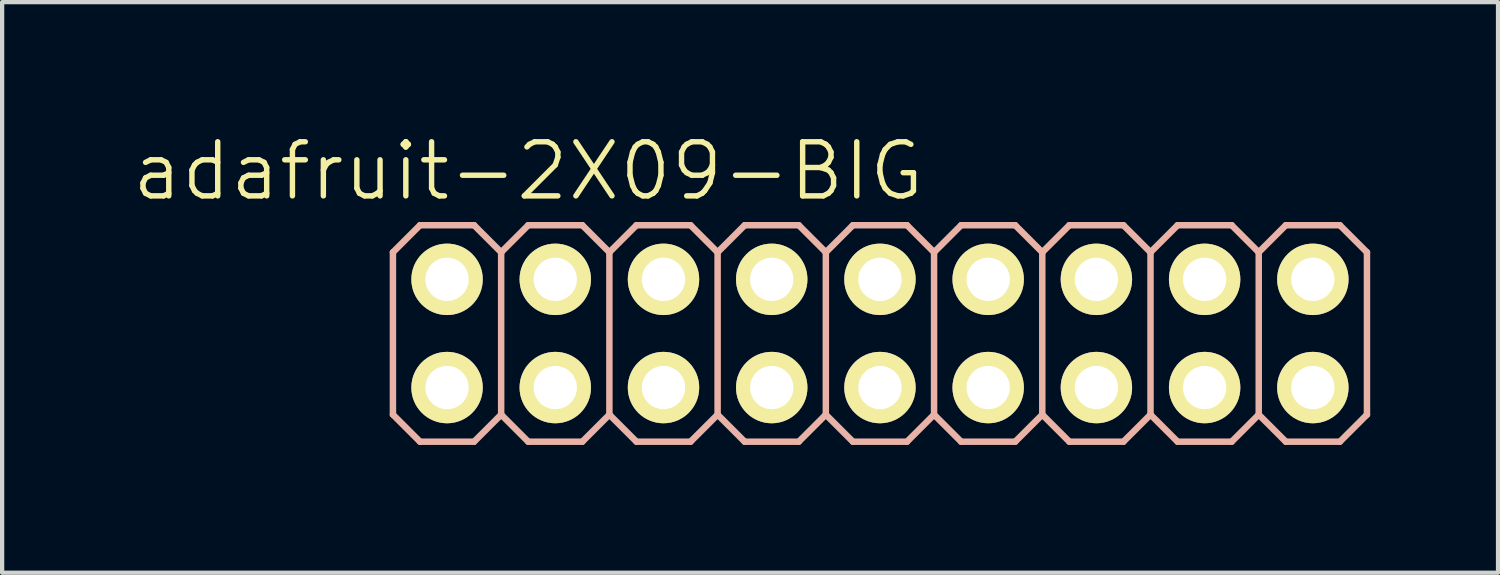
<source format=kicad_pcb>
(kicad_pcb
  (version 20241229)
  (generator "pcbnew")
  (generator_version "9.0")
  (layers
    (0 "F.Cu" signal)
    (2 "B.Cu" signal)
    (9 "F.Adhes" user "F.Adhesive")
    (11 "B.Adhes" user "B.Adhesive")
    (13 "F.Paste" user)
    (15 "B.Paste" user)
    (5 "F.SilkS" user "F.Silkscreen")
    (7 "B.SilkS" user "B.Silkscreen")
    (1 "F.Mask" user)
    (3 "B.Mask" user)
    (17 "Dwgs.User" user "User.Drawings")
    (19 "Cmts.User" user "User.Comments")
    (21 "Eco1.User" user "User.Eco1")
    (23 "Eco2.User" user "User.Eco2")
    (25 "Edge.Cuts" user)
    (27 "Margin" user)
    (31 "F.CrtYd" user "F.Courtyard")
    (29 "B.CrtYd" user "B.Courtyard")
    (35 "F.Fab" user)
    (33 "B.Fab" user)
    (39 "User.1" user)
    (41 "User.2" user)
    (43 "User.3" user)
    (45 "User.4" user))
  (footprint "adafruit-2X09-BIG"
    (layer "F.Cu")
    (at 17.602 4.776)
    (property "Reference" "adafruit-2X09-BIG" (at -8.255 -3.81 0) (layer "F.SilkS") (effects (font (size 1.27 1.27) (thickness 0.127))))
    (attr exclude_from_pos_files exclude_from_bom)
    (fp_line (start -10.414 -1.524) (end -9.906 -1.524) (stroke (width 0.066) (type solid)) (layer "F.SilkS"))
    (fp_line (start -10.414 -1.016) (end -10.414 -1.524) (stroke (width 0.066) (type solid)) (layer "F.SilkS"))
    (fp_line (start -10.414 -1.016) (end -9.906 -1.016) (stroke (width 0.066) (type solid)) (layer "F.SilkS"))
    (fp_line (start -10.414 1.016) (end -9.906 1.016) (stroke (width 0.066) (type solid)) (layer "F.SilkS"))
    (fp_line (start -10.414 1.524) (end -10.414 1.016) (stroke (width 0.066) (type solid)) (layer "F.SilkS"))
    (fp_line (start -10.414 1.524) (end -9.906 1.524) (stroke (width 0.066) (type solid)) (layer "F.SilkS"))
    (fp_line (start -9.906 -1.016) (end -9.906 -1.524) (stroke (width 0.066) (type solid)) (layer "F.SilkS"))
    (fp_line (start -9.906 1.524) (end -9.906 1.016) (stroke (width 0.066) (type solid)) (layer "F.SilkS"))
    (fp_line (start -7.874 -1.524) (end -7.366 -1.524) (stroke (width 0.066) (type solid)) (layer "F.SilkS"))
    (fp_line (start -7.874 -1.016) (end -7.874 -1.524) (stroke (width 0.066) (type solid)) (layer "F.SilkS"))
    (fp_line (start -7.874 -1.016) (end -7.366 -1.016) (stroke (width 0.066) (type solid)) (layer "F.SilkS"))
    (fp_line (start -7.874 1.016) (end -7.366 1.016) (stroke (width 0.066) (type solid)) (layer "F.SilkS"))
    (fp_line (start -7.874 1.524) (end -7.874 1.016) (stroke (width 0.066) (type solid)) (layer "F.SilkS"))
    (fp_line (start -7.874 1.524) (end -7.366 1.524) (stroke (width 0.066) (type solid)) (layer "F.SilkS"))
    (fp_line (start -7.366 -1.016) (end -7.366 -1.524) (stroke (width 0.066) (type solid)) (layer "F.SilkS"))
    (fp_line (start -7.366 1.524) (end -7.366 1.016) (stroke (width 0.066) (type solid)) (layer "F.SilkS"))
    (fp_line (start -5.334 -1.524) (end -4.826 -1.524) (stroke (width 0.066) (type solid)) (layer "F.SilkS"))
    (fp_line (start -5.334 -1.016) (end -5.334 -1.524) (stroke (width 0.066) (type solid)) (layer "F.SilkS"))
    (fp_line (start -5.334 -1.016) (end -4.826 -1.016) (stroke (width 0.066) (type solid)) (layer "F.SilkS"))
    (fp_line (start -5.334 1.016) (end -4.826 1.016) (stroke (width 0.066) (type solid)) (layer "F.SilkS"))
    (fp_line (start -5.334 1.524) (end -5.334 1.016) (stroke (width 0.066) (type solid)) (layer "F.SilkS"))
    (fp_line (start -5.334 1.524) (end -4.826 1.524) (stroke (width 0.066) (type solid)) (layer "F.SilkS"))
    (fp_line (start -4.826 -1.016) (end -4.826 -1.524) (stroke (width 0.066) (type solid)) (layer "F.SilkS"))
    (fp_line (start -4.826 1.524) (end -4.826 1.016) (stroke (width 0.066) (type solid)) (layer "F.SilkS"))
    (fp_line (start -2.794 -1.524) (end -2.286 -1.524) (stroke (width 0.066) (type solid)) (layer "F.SilkS"))
    (fp_line (start -2.794 -1.016) (end -2.794 -1.524) (stroke (width 0.066) (type solid)) (layer "F.SilkS"))
    (fp_line (start -2.794 -1.016) (end -2.286 -1.016) (stroke (width 0.066) (type solid)) (layer "F.SilkS"))
    (fp_line (start -2.794 1.016) (end -2.286 1.016) (stroke (width 0.066) (type solid)) (layer "F.SilkS"))
    (fp_line (start -2.794 1.524) (end -2.794 1.016) (stroke (width 0.066) (type solid)) (layer "F.SilkS"))
    (fp_line (start -2.794 1.524) (end -2.286 1.524) (stroke (width 0.066) (type solid)) (layer "F.SilkS"))
    (fp_line (start -2.286 -1.016) (end -2.286 -1.524) (stroke (width 0.066) (type solid)) (layer "F.SilkS"))
    (fp_line (start -2.286 1.524) (end -2.286 1.016) (stroke (width 0.066) (type solid)) (layer "F.SilkS"))
    (fp_line (start -0.254 -1.524) (end 0.254 -1.524) (stroke (width 0.066) (type solid)) (layer "F.SilkS"))
    (fp_line (start -0.254 -1.016) (end -0.254 -1.524) (stroke (width 0.066) (type solid)) (layer "F.SilkS"))
    (fp_line (start -0.254 -1.016) (end 0.254 -1.016) (stroke (width 0.066) (type solid)) (layer "F.SilkS"))
    (fp_line (start -0.254 1.016) (end 0.254 1.016) (stroke (width 0.066) (type solid)) (layer "F.SilkS"))
    (fp_line (start -0.254 1.524) (end -0.254 1.016) (stroke (width 0.066) (type solid)) (layer "F.SilkS"))
    (fp_line (start -0.254 1.524) (end 0.254 1.524) (stroke (width 0.066) (type solid)) (layer "F.SilkS"))
    (fp_line (start 0.254 -1.016) (end 0.254 -1.524) (stroke (width 0.066) (type solid)) (layer "F.SilkS"))
    (fp_line (start 0.254 1.524) (end 0.254 1.016) (stroke (width 0.066) (type solid)) (layer "F.SilkS"))
    (fp_line (start 2.286 -1.524) (end 2.794 -1.524) (stroke (width 0.066) (type solid)) (layer "F.SilkS"))
    (fp_line (start 2.286 -1.016) (end 2.286 -1.524) (stroke (width 0.066) (type solid)) (layer "F.SilkS"))
    (fp_line (start 2.286 -1.016) (end 2.794 -1.016) (stroke (width 0.066) (type solid)) (layer "F.SilkS"))
    (fp_line (start 2.286 1.016) (end 2.794 1.016) (stroke (width 0.066) (type solid)) (layer "F.SilkS"))
    (fp_line (start 2.286 1.524) (end 2.286 1.016) (stroke (width 0.066) (type solid)) (layer "F.SilkS"))
    (fp_line (start 2.286 1.524) (end 2.794 1.524) (stroke (width 0.066) (type solid)) (layer "F.SilkS"))
    (fp_line (start 2.794 -1.016) (end 2.794 -1.524) (stroke (width 0.066) (type solid)) (layer "F.SilkS"))
    (fp_line (start 2.794 1.524) (end 2.794 1.016) (stroke (width 0.066) (type solid)) (layer "F.SilkS"))
    (fp_line (start 4.826 -1.524) (end 5.334 -1.524) (stroke (width 0.066) (type solid)) (layer "F.SilkS"))
    (fp_line (start 4.826 -1.016) (end 4.826 -1.524) (stroke (width 0.066) (type solid)) (layer "F.SilkS"))
    (fp_line (start 4.826 -1.016) (end 5.334 -1.016) (stroke (width 0.066) (type solid)) (layer "F.SilkS"))
    (fp_line (start 4.826 1.016) (end 5.334 1.016) (stroke (width 0.066) (type solid)) (layer "F.SilkS"))
    (fp_line (start 4.826 1.524) (end 4.826 1.016) (stroke (width 0.066) (type solid)) (layer "F.SilkS"))
    (fp_line (start 4.826 1.524) (end 5.334 1.524) (stroke (width 0.066) (type solid)) (layer "F.SilkS"))
    (fp_line (start 5.334 -1.016) (end 5.334 -1.524) (stroke (width 0.066) (type solid)) (layer "F.SilkS"))
    (fp_line (start 5.334 1.524) (end 5.334 1.016) (stroke (width 0.066) (type solid)) (layer "F.SilkS"))
    (fp_line (start 7.366 -1.524) (end 7.874 -1.524) (stroke (width 0.066) (type solid)) (layer "F.SilkS"))
    (fp_line (start 7.366 -1.016) (end 7.366 -1.524) (stroke (width 0.066) (type solid)) (layer "F.SilkS"))
    (fp_line (start 7.366 -1.016) (end 7.874 -1.016) (stroke (width 0.066) (type solid)) (layer "F.SilkS"))
    (fp_line (start 7.366 1.016) (end 7.874 1.016) (stroke (width 0.066) (type solid)) (layer "F.SilkS"))
    (fp_line (start 7.366 1.524) (end 7.366 1.016) (stroke (width 0.066) (type solid)) (layer "F.SilkS"))
    (fp_line (start 7.366 1.524) (end 7.874 1.524) (stroke (width 0.066) (type solid)) (layer "F.SilkS"))
    (fp_line (start 7.874 -1.016) (end 7.874 -1.524) (stroke (width 0.066) (type solid)) (layer "F.SilkS"))
    (fp_line (start 7.874 1.524) (end 7.874 1.016) (stroke (width 0.066) (type solid)) (layer "F.SilkS"))
    (fp_line (start 9.906 -1.524) (end 10.414 -1.524) (stroke (width 0.066) (type solid)) (layer "F.SilkS"))
    (fp_line (start 9.906 -1.016) (end 9.906 -1.524) (stroke (width 0.066) (type solid)) (layer "F.SilkS"))
    (fp_line (start 9.906 -1.016) (end 10.414 -1.016) (stroke (width 0.066) (type solid)) (layer "F.SilkS"))
    (fp_line (start 9.906 1.016) (end 10.414 1.016) (stroke (width 0.066) (type solid)) (layer "F.SilkS"))
    (fp_line (start 9.906 1.524) (end 9.906 1.016) (stroke (width 0.066) (type solid)) (layer "F.SilkS"))
    (fp_line (start 9.906 1.524) (end 10.414 1.524) (stroke (width 0.066) (type solid)) (layer "F.SilkS"))
    (fp_line (start 10.414 -1.016) (end 10.414 -1.524) (stroke (width 0.066) (type solid)) (layer "F.SilkS"))
    (fp_line (start 10.414 1.524) (end 10.414 1.016) (stroke (width 0.066) (type solid)) (layer "F.SilkS"))
    (fp_line (start -11.43 -1.905) (end -10.795 -2.54) (stroke (width 0.152) (type solid)) (layer "B.SilkS"))
    (fp_line (start -11.43 1.905) (end -11.43 -1.905) (stroke (width 0.152) (type solid)) (layer "B.SilkS"))
    (fp_line (start -11.43 1.905) (end -10.795 2.54) (stroke (width 0.152) (type solid)) (layer "B.SilkS"))
    (fp_line (start -10.795 -2.54) (end -9.525 -2.54) (stroke (width 0.152) (type solid)) (layer "B.SilkS"))
    (fp_line (start -10.795 2.54) (end -9.525 2.54) (stroke (width 0.152) (type solid)) (layer "B.SilkS"))
    (fp_line (start -9.525 -2.54) (end -8.89 -1.905) (stroke (width 0.152) (type solid)) (layer "B.SilkS"))
    (fp_line (start -9.525 2.54) (end -8.89 1.905) (stroke (width 0.152) (type solid)) (layer "B.SilkS"))
    (fp_line (start -8.89 -1.905) (end -8.89 1.905) (stroke (width 0.152) (type solid)) (layer "B.SilkS"))
    (fp_line (start -8.89 -1.905) (end -8.255 -2.54) (stroke (width 0.152) (type solid)) (layer "B.SilkS"))
    (fp_line (start -8.89 1.905) (end -8.255 2.54) (stroke (width 0.152) (type solid)) (layer "B.SilkS"))
    (fp_line (start -8.255 -2.54) (end -6.985 -2.54) (stroke (width 0.152) (type solid)) (layer "B.SilkS"))
    (fp_line (start -8.255 2.54) (end -6.985 2.54) (stroke (width 0.152) (type solid)) (layer "B.SilkS"))
    (fp_line (start -6.985 -2.54) (end -6.35 -1.905) (stroke (width 0.152) (type solid)) (layer "B.SilkS"))
    (fp_line (start -6.985 2.54) (end -6.35 1.905) (stroke (width 0.152) (type solid)) (layer "B.SilkS"))
    (fp_line (start -6.35 -1.905) (end -6.35 1.905) (stroke (width 0.152) (type solid)) (layer "B.SilkS"))
    (fp_line (start -6.35 -1.905) (end -5.715 -2.54) (stroke (width 0.152) (type solid)) (layer "B.SilkS"))
    (fp_line (start -6.35 1.905) (end -5.715 2.54) (stroke (width 0.152) (type solid)) (layer "B.SilkS"))
    (fp_line (start -5.715 -2.54) (end -4.445 -2.54) (stroke (width 0.152) (type solid)) (layer "B.SilkS"))
    (fp_line (start -5.715 2.54) (end -4.445 2.54) (stroke (width 0.152) (type solid)) (layer "B.SilkS"))
    (fp_line (start -4.445 -2.54) (end -3.81 -1.905) (stroke (width 0.152) (type solid)) (layer "B.SilkS"))
    (fp_line (start -4.445 2.54) (end -3.81 1.905) (stroke (width 0.152) (type solid)) (layer "B.SilkS"))
    (fp_line (start -3.81 -1.905) (end -3.81 1.905) (stroke (width 0.152) (type solid)) (layer "B.SilkS"))
    (fp_line (start -3.81 -1.905) (end -3.175 -2.54) (stroke (width 0.152) (type solid)) (layer "B.SilkS"))
    (fp_line (start -3.81 1.905) (end -3.175 2.54) (stroke (width 0.152) (type solid)) (layer "B.SilkS"))
    (fp_line (start -3.175 -2.54) (end -1.905 -2.54) (stroke (width 0.152) (type solid)) (layer "B.SilkS"))
    (fp_line (start -3.175 2.54) (end -1.905 2.54) (stroke (width 0.152) (type solid)) (layer "B.SilkS"))
    (fp_line (start -1.905 -2.54) (end -1.27 -1.905) (stroke (width 0.152) (type solid)) (layer "B.SilkS"))
    (fp_line (start -1.905 2.54) (end -1.27 1.905) (stroke (width 0.152) (type solid)) (layer "B.SilkS"))
    (fp_line (start -1.27 -1.905) (end -1.27 1.905) (stroke (width 0.152) (type solid)) (layer "B.SilkS"))
    (fp_line (start -1.27 -1.905) (end -0.635 -2.54) (stroke (width 0.152) (type solid)) (layer "B.SilkS"))
    (fp_line (start -1.27 1.905) (end -0.635 2.54) (stroke (width 0.152) (type solid)) (layer "B.SilkS"))
    (fp_line (start -0.635 -2.54) (end 0.635 -2.54) (stroke (width 0.152) (type solid)) (layer "B.SilkS"))
    (fp_line (start -0.635 2.54) (end 0.635 2.54) (stroke (width 0.152) (type solid)) (layer "B.SilkS"))
    (fp_line (start 0.635 -2.54) (end 1.27 -1.905) (stroke (width 0.152) (type solid)) (layer "B.SilkS"))
    (fp_line (start 0.635 2.54) (end 1.27 1.905) (stroke (width 0.152) (type solid)) (layer "B.SilkS"))
    (fp_line (start 1.27 -1.905) (end 1.27 1.905) (stroke (width 0.152) (type solid)) (layer "B.SilkS"))
    (fp_line (start 1.27 -1.905) (end 1.905 -2.54) (stroke (width 0.152) (type solid)) (layer "B.SilkS"))
    (fp_line (start 1.27 1.905) (end 1.905 2.54) (stroke (width 0.152) (type solid)) (layer "B.SilkS"))
    (fp_line (start 1.905 -2.54) (end 3.175 -2.54) (stroke (width 0.152) (type solid)) (layer "B.SilkS"))
    (fp_line (start 1.905 2.54) (end 3.175 2.54) (stroke (width 0.152) (type solid)) (layer "B.SilkS"))
    (fp_line (start 3.175 -2.54) (end 3.81 -1.905) (stroke (width 0.152) (type solid)) (layer "B.SilkS"))
    (fp_line (start 3.175 2.54) (end 3.81 1.905) (stroke (width 0.152) (type solid)) (layer "B.SilkS"))
    (fp_line (start 3.81 -1.905) (end 3.81 1.905) (stroke (width 0.152) (type solid)) (layer "B.SilkS"))
    (fp_line (start 3.81 -1.905) (end 4.445 -2.54) (stroke (width 0.152) (type solid)) (layer "B.SilkS"))
    (fp_line (start 3.81 1.905) (end 4.445 2.54) (stroke (width 0.152) (type solid)) (layer "B.SilkS"))
    (fp_line (start 4.445 -2.54) (end 5.715 -2.54) (stroke (width 0.152) (type solid)) (layer "B.SilkS"))
    (fp_line (start 4.445 2.54) (end 5.715 2.54) (stroke (width 0.152) (type solid)) (layer "B.SilkS"))
    (fp_line (start 5.715 -2.54) (end 6.35 -1.905) (stroke (width 0.152) (type solid)) (layer "B.SilkS"))
    (fp_line (start 6.35 -1.905) (end 6.35 1.905) (stroke (width 0.152) (type solid)) (layer "B.SilkS"))
    (fp_line (start 6.35 -1.905) (end 6.985 -2.54) (stroke (width 0.152) (type solid)) (layer "B.SilkS"))
    (fp_line (start 6.35 1.905) (end 5.715 2.54) (stroke (width 0.152) (type solid)) (layer "B.SilkS"))
    (fp_line (start 6.35 1.905) (end 6.985 2.54) (stroke (width 0.152) (type solid)) (layer "B.SilkS"))
    (fp_line (start 6.985 -2.54) (end 8.255 -2.54) (stroke (width 0.152) (type solid)) (layer "B.SilkS"))
    (fp_line (start 6.985 2.54) (end 8.255 2.54) (stroke (width 0.152) (type solid)) (layer "B.SilkS"))
    (fp_line (start 8.255 -2.54) (end 8.89 -1.905) (stroke (width 0.152) (type solid)) (layer "B.SilkS"))
    (fp_line (start 8.89 -1.905) (end 8.89 1.905) (stroke (width 0.152) (type solid)) (layer "B.SilkS"))
    (fp_line (start 8.89 -1.905) (end 9.525 -2.54) (stroke (width 0.152) (type solid)) (layer "B.SilkS"))
    (fp_line (start 8.89 1.905) (end 8.255 2.54) (stroke (width 0.152) (type solid)) (layer "B.SilkS"))
    (fp_line (start 8.89 1.905) (end 9.525 2.54) (stroke (width 0.152) (type solid)) (layer "B.SilkS"))
    (fp_line (start 9.525 -2.54) (end 10.795 -2.54) (stroke (width 0.152) (type solid)) (layer "B.SilkS"))
    (fp_line (start 9.525 2.54) (end 10.795 2.54) (stroke (width 0.152) (type solid)) (layer "B.SilkS"))
    (fp_line (start 10.795 -2.54) (end 11.43 -1.905) (stroke (width 0.152) (type solid)) (layer "B.SilkS"))
    (fp_line (start 11.43 -1.905) (end 11.43 1.905) (stroke (width 0.152) (type solid)) (layer "B.SilkS"))
    (fp_line (start 11.43 1.905) (end 10.795 2.54) (stroke (width 0.152) (type solid)) (layer "B.SilkS"))
    (pad "1" thru_hole circle (at -10.16 1.27) (size 1.676 1.676) (drill 1.016) (layers "*.Cu" "F.Mask" "F.SilkS" "F.Paste"))
    (pad "2" thru_hole circle (at -10.16 -1.27) (size 1.676 1.676) (drill 1.016) (layers "*.Cu" "F.Mask" "F.SilkS" "F.Paste"))
    (pad "3" thru_hole circle (at -7.62 1.27) (size 1.676 1.676) (drill 1.016) (layers "*.Cu" "F.Mask" "F.SilkS" "F.Paste"))
    (pad "4" thru_hole circle (at -7.62 -1.27) (size 1.676 1.676) (drill 1.016) (layers "*.Cu" "F.Mask" "F.SilkS" "F.Paste"))
    (pad "5" thru_hole circle (at -5.08 1.27) (size 1.676 1.676) (drill 1.016) (layers "*.Cu" "F.Mask" "F.SilkS" "F.Paste"))
    (pad "6" thru_hole circle (at -5.08 -1.27) (size 1.676 1.676) (drill 1.016) (layers "*.Cu" "F.Mask" "F.SilkS" "F.Paste"))
    (pad "7" thru_hole circle (at -2.54 1.27) (size 1.676 1.676) (drill 1.016) (layers "*.Cu" "F.Mask" "F.SilkS" "F.Paste"))
    (pad "8" thru_hole circle (at -2.54 -1.27) (size 1.676 1.676) (drill 1.016) (layers "*.Cu" "F.Mask" "F.SilkS" "F.Paste"))
    (pad "9" thru_hole circle (at 0 1.27) (size 1.676 1.676) (drill 1.016) (layers "*.Cu" "F.Mask" "F.SilkS" "F.Paste"))
    (pad "10" thru_hole circle (at 0 -1.27) (size 1.676 1.676) (drill 1.016) (layers "*.Cu" "F.Mask" "F.SilkS" "F.Paste"))
    (pad "11" thru_hole circle (at 2.54 1.27) (size 1.676 1.676) (drill 1.016) (layers "*.Cu" "F.Mask" "F.SilkS" "F.Paste"))
    (pad "12" thru_hole circle (at 2.54 -1.27) (size 1.676 1.676) (drill 1.016) (layers "*.Cu" "F.Mask" "F.SilkS" "F.Paste"))
    (pad "13" thru_hole circle (at 5.08 1.27) (size 1.676 1.676) (drill 1.016) (layers "*.Cu" "F.Mask" "F.SilkS" "F.Paste"))
    (pad "14" thru_hole circle (at 5.08 -1.27) (size 1.676 1.676) (drill 1.016) (layers "*.Cu" "F.Mask" "F.SilkS" "F.Paste"))
    (pad "15" thru_hole circle (at 7.62 1.27) (size 1.676 1.676) (drill 1.016) (layers "*.Cu" "F.Mask" "F.SilkS" "F.Paste"))
    (pad "16" thru_hole circle (at 7.62 -1.27) (size 1.676 1.676) (drill 1.016) (layers "*.Cu" "F.Mask" "F.SilkS" "F.Paste"))
    (pad "17" thru_hole circle (at 10.16 1.27) (size 1.676 1.676) (drill 1.016) (layers "*.Cu" "F.Mask" "F.SilkS" "F.Paste"))
    (pad "18" thru_hole circle (at 10.16 -1.27) (size 1.676 1.676) (drill 1.016) (layers "*.Cu" "F.Mask" "F.SilkS" "F.Paste")))
  (gr_rect
    (start -3 -3)
    (end 32.108 10.392)
    (stroke (width 0.1) (type default))
    (fill no)
    (layer "Edge.Cuts")))
</source>
